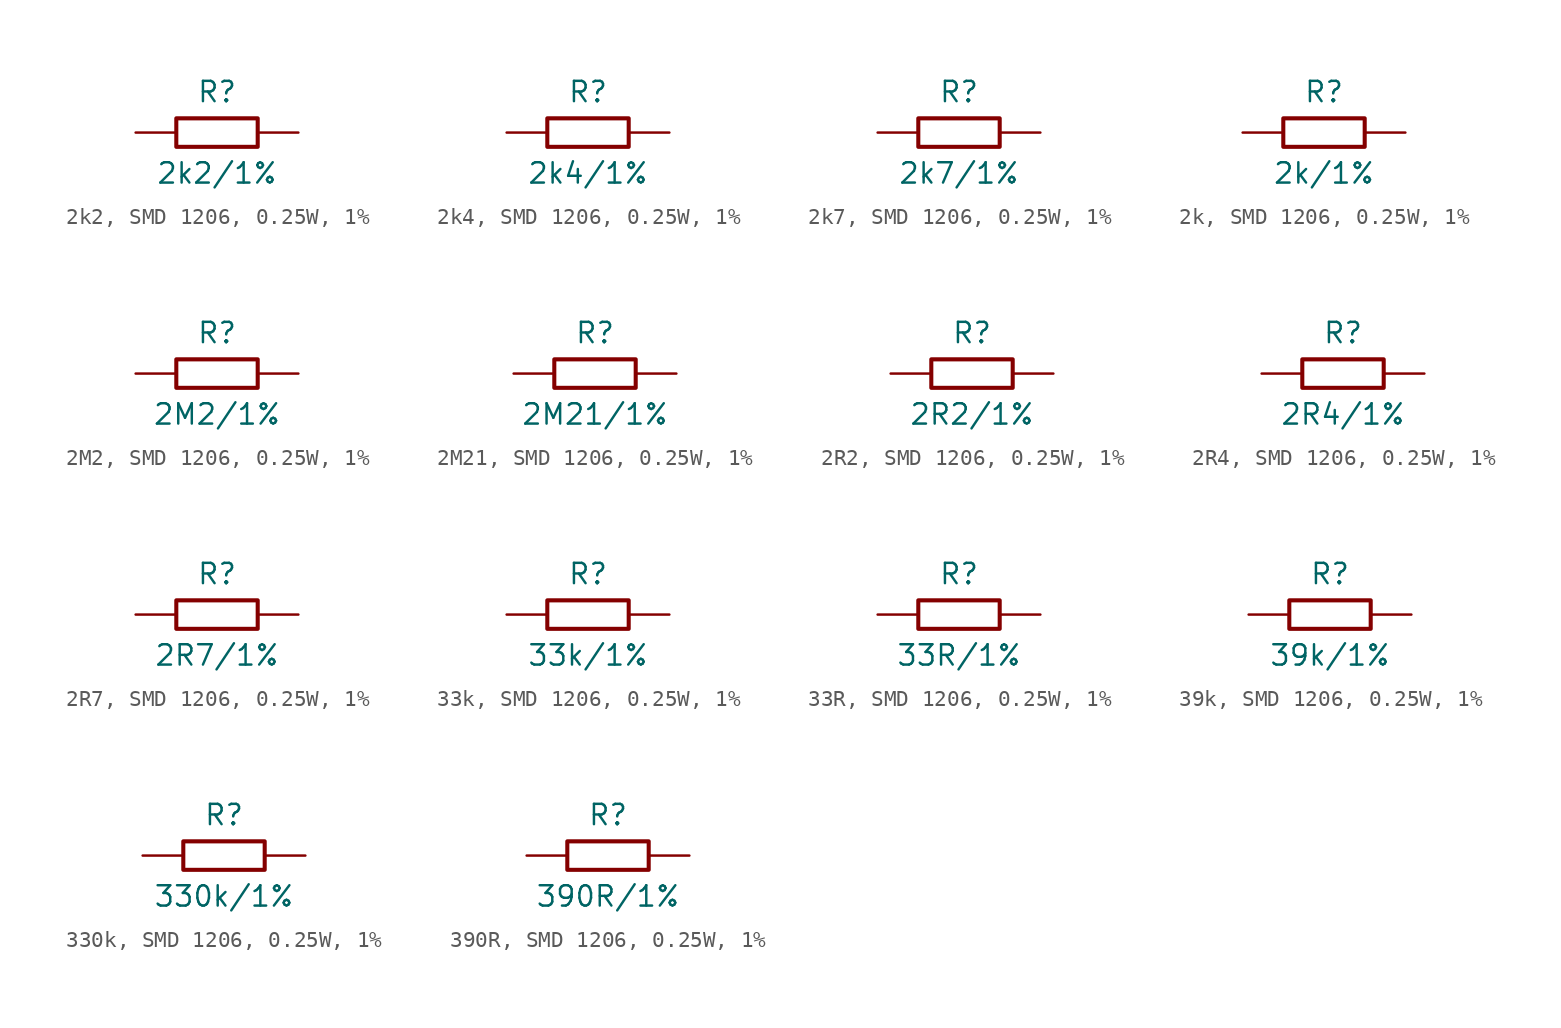
<source format=kicad_sym>
(kicad_symbol_lib
  (version 20220914)
  (generator kicad_symbol_editor)
  (symbol "2k2, SMD 1206, 0.25W, 1%"
    (pin_numbers hide)
    (pin_names
      (offset 0) hide)
    (property "Reference" "R"
      (at 0 2.54 0)
      (effects (font (size 1.27 1.27))))
    (property "Value" "2k2/1%"
      (at 0 -2.54 0)
      (effects (font (size 1.27 1.27))))
    (symbol "2k2, SMD 1206, 0.25W, 1%_0_1"
      (rectangle (start -2.54 0.889) (end 2.54 -0.889) (stroke (width 0.254) (type default)) (fill (type none))))
    (symbol "2k2, SMD 1206, 0.25W, 1%_1_1"
      (pin passive line (at -5.08 0 0) (length 2.54) (name "1" (effects (font (size 1.27 1.27)))) (number "1" (effects (font (size 1.27 1.27)))))
      (pin passive line (at 5.08 0 180) (length 2.54) (name "2" (effects (font (size 1.27 1.27)))) (number "2" (effects (font (size 1.27 1.27)))))))
  (symbol "2k4, SMD 1206, 0.25W, 1%"
    (pin_numbers hide)
    (pin_names
      (offset 0) hide)
    (property "Reference" "R"
      (at 0 2.54 0)
      (effects (font (size 1.27 1.27))))
    (property "Value" "2k4/1%"
      (at 0 -2.54 0)
      (effects (font (size 1.27 1.27))))
    (symbol "2k4, SMD 1206, 0.25W, 1%_0_1"
      (rectangle (start -2.54 0.889) (end 2.54 -0.889) (stroke (width 0.254) (type default)) (fill (type none))))
    (symbol "2k4, SMD 1206, 0.25W, 1%_1_1"
      (pin passive line (at -5.08 0 0) (length 2.54) (name "1" (effects (font (size 1.27 1.27)))) (number "1" (effects (font (size 1.27 1.27)))))
      (pin passive line (at 5.08 0 180) (length 2.54) (name "2" (effects (font (size 1.27 1.27)))) (number "2" (effects (font (size 1.27 1.27)))))))
  (symbol "2k7, SMD 1206, 0.25W, 1%"
    (pin_numbers hide)
    (pin_names
      (offset 0) hide)
    (property "Reference" "R"
      (at 0 2.54 0)
      (effects (font (size 1.27 1.27))))
    (property "Value" "2k7/1%"
      (at 0 -2.54 0)
      (effects (font (size 1.27 1.27))))
    (symbol "2k7, SMD 1206, 0.25W, 1%_0_1"
      (rectangle (start -2.54 0.889) (end 2.54 -0.889) (stroke (width 0.254) (type default)) (fill (type none))))
    (symbol "2k7, SMD 1206, 0.25W, 1%_1_1"
      (pin passive line (at -5.08 0 0) (length 2.54) (name "1" (effects (font (size 1.27 1.27)))) (number "1" (effects (font (size 1.27 1.27)))))
      (pin passive line (at 5.08 0 180) (length 2.54) (name "2" (effects (font (size 1.27 1.27)))) (number "2" (effects (font (size 1.27 1.27)))))))
  (symbol "2k, SMD 1206, 0.25W, 1%"
    (pin_numbers hide)
    (pin_names
      (offset 0) hide)
    (property "Reference" "R"
      (at 0 2.54 0)
      (effects (font (size 1.27 1.27))))
    (property "Value" "2k/1%"
      (at 0 -2.54 0)
      (effects (font (size 1.27 1.27))))
    (symbol "2k, SMD 1206, 0.25W, 1%_0_1"
      (rectangle (start -2.54 0.889) (end 2.54 -0.889) (stroke (width 0.254) (type default)) (fill (type none))))
    (symbol "2k, SMD 1206, 0.25W, 1%_1_1"
      (pin passive line (at -5.08 0 0) (length 2.54) (name "1" (effects (font (size 1.27 1.27)))) (number "1" (effects (font (size 1.27 1.27)))))
      (pin passive line (at 5.08 0 180) (length 2.54) (name "2" (effects (font (size 1.27 1.27)))) (number "2" (effects (font (size 1.27 1.27)))))))
  (symbol "2M2, SMD 1206, 0.25W, 1%"
    (pin_numbers hide)
    (pin_names
      (offset 0) hide)
    (property "Reference" "R"
      (at 0 2.54 0)
      (effects (font (size 1.27 1.27))))
    (property "Value" "2M2/1%"
      (at 0 -2.54 0)
      (effects (font (size 1.27 1.27))))
    (symbol "2M2, SMD 1206, 0.25W, 1%_0_1"
      (rectangle (start -2.54 0.889) (end 2.54 -0.889) (stroke (width 0.254) (type default)) (fill (type none))))
    (symbol "2M2, SMD 1206, 0.25W, 1%_1_1"
      (pin passive line (at -5.08 0 0) (length 2.54) (name "1" (effects (font (size 1.27 1.27)))) (number "1" (effects (font (size 1.27 1.27)))))
      (pin passive line (at 5.08 0 180) (length 2.54) (name "2" (effects (font (size 1.27 1.27)))) (number "2" (effects (font (size 1.27 1.27)))))))
  (symbol "2M21, SMD 1206, 0.25W, 1%"
    (pin_numbers hide)
    (pin_names
      (offset 0) hide)
    (property "Reference" "R"
      (at 0 2.54 0)
      (effects (font (size 1.27 1.27))))
    (property "Value" "2M21/1%"
      (at 0 -2.54 0)
      (effects (font (size 1.27 1.27))))
    (symbol "2M21, SMD 1206, 0.25W, 1%_0_1"
      (rectangle (start -2.54 0.889) (end 2.54 -0.889) (stroke (width 0.254) (type default)) (fill (type none))))
    (symbol "2M21, SMD 1206, 0.25W, 1%_1_1"
      (pin passive line (at -5.08 0 0) (length 2.54) (name "1" (effects (font (size 1.27 1.27)))) (number "1" (effects (font (size 1.27 1.27)))))
      (pin passive line (at 5.08 0 180) (length 2.54) (name "2" (effects (font (size 1.27 1.27)))) (number "2" (effects (font (size 1.27 1.27)))))))
  (symbol "2R2, SMD 1206, 0.25W, 1%"
    (pin_numbers hide)
    (pin_names
      (offset 0) hide)
    (property "Reference" "R"
      (at 0 2.54 0)
      (effects (font (size 1.27 1.27))))
    (property "Value" "2R2/1%"
      (at 0 -2.54 0)
      (effects (font (size 1.27 1.27))))
    (symbol "2R2, SMD 1206, 0.25W, 1%_0_1"
      (rectangle (start -2.54 0.889) (end 2.54 -0.889) (stroke (width 0.254) (type default)) (fill (type none))))
    (symbol "2R2, SMD 1206, 0.25W, 1%_1_1"
      (pin passive line (at -5.08 0 0) (length 2.54) (name "1" (effects (font (size 1.27 1.27)))) (number "1" (effects (font (size 1.27 1.27)))))
      (pin passive line (at 5.08 0 180) (length 2.54) (name "2" (effects (font (size 1.27 1.27)))) (number "2" (effects (font (size 1.27 1.27)))))))
  (symbol "2R4, SMD 1206, 0.25W, 1%"
    (pin_numbers hide)
    (pin_names
      (offset 0) hide)
    (property "Reference" "R"
      (at 0 2.54 0)
      (effects (font (size 1.27 1.27))))
    (property "Value" "2R4/1%"
      (at 0 -2.54 0)
      (effects (font (size 1.27 1.27))))
    (symbol "2R4, SMD 1206, 0.25W, 1%_0_1"
      (rectangle (start -2.54 0.889) (end 2.54 -0.889) (stroke (width 0.254) (type default)) (fill (type none))))
    (symbol "2R4, SMD 1206, 0.25W, 1%_1_1"
      (pin passive line (at -5.08 0 0) (length 2.54) (name "1" (effects (font (size 1.27 1.27)))) (number "1" (effects (font (size 1.27 1.27)))))
      (pin passive line (at 5.08 0 180) (length 2.54) (name "2" (effects (font (size 1.27 1.27)))) (number "2" (effects (font (size 1.27 1.27)))))))
  (symbol "2R7, SMD 1206, 0.25W, 1%"
    (pin_numbers hide)
    (pin_names
      (offset 0) hide)
    (property "Reference" "R"
      (at 0 2.54 0)
      (effects (font (size 1.27 1.27))))
    (property "Value" "2R7/1%"
      (at 0 -2.54 0)
      (effects (font (size 1.27 1.27))))
    (symbol "2R7, SMD 1206, 0.25W, 1%_0_1"
      (rectangle (start -2.54 0.889) (end 2.54 -0.889) (stroke (width 0.254) (type default)) (fill (type none))))
    (symbol "2R7, SMD 1206, 0.25W, 1%_1_1"
      (pin passive line (at -5.08 0 0) (length 2.54) (name "1" (effects (font (size 1.27 1.27)))) (number "1" (effects (font (size 1.27 1.27)))))
      (pin passive line (at 5.08 0 180) (length 2.54) (name "2" (effects (font (size 1.27 1.27)))) (number "2" (effects (font (size 1.27 1.27)))))))
  (symbol "33k, SMD 1206, 0.25W, 1%"
    (pin_numbers hide)
    (pin_names
      (offset 0) hide)
    (property "Reference" "R"
      (at 0 2.54 0)
      (effects (font (size 1.27 1.27))))
    (property "Value" "33k/1%"
      (at 0 -2.54 0)
      (effects (font (size 1.27 1.27))))
    (symbol "33k, SMD 1206, 0.25W, 1%_0_1"
      (rectangle (start -2.54 0.889) (end 2.54 -0.889) (stroke (width 0.254) (type default)) (fill (type none))))
    (symbol "33k, SMD 1206, 0.25W, 1%_1_1"
      (pin passive line (at -5.08 0 0) (length 2.54) (name "1" (effects (font (size 1.27 1.27)))) (number "1" (effects (font (size 1.27 1.27)))))
      (pin passive line (at 5.08 0 180) (length 2.54) (name "2" (effects (font (size 1.27 1.27)))) (number "2" (effects (font (size 1.27 1.27)))))))
  (symbol "33R, SMD 1206, 0.25W, 1%"
    (pin_numbers hide)
    (pin_names
      (offset 0) hide)
    (property "Reference" "R"
      (at 0 2.54 0)
      (effects (font (size 1.27 1.27))))
    (property "Value" "33R/1%"
      (at 0 -2.54 0)
      (effects (font (size 1.27 1.27))))
    (symbol "33R, SMD 1206, 0.25W, 1%_0_1"
      (rectangle (start -2.54 0.889) (end 2.54 -0.889) (stroke (width 0.254) (type default)) (fill (type none))))
    (symbol "33R, SMD 1206, 0.25W, 1%_1_1"
      (pin passive line (at -5.08 0 0) (length 2.54) (name "1" (effects (font (size 1.27 1.27)))) (number "1" (effects (font (size 1.27 1.27)))))
      (pin passive line (at 5.08 0 180) (length 2.54) (name "2" (effects (font (size 1.27 1.27)))) (number "2" (effects (font (size 1.27 1.27)))))))
  (symbol "39k, SMD 1206, 0.25W, 1%"
    (pin_numbers hide)
    (pin_names
      (offset 0) hide)
    (property "Reference" "R"
      (at 0 2.54 0)
      (effects (font (size 1.27 1.27))))
    (property "Value" "39k/1%"
      (at 0 -2.54 0)
      (effects (font (size 1.27 1.27))))
    (symbol "39k, SMD 1206, 0.25W, 1%_0_1"
      (rectangle (start -2.54 0.889) (end 2.54 -0.889) (stroke (width 0.254) (type default)) (fill (type none))))
    (symbol "39k, SMD 1206, 0.25W, 1%_1_1"
      (pin passive line (at -5.08 0 0) (length 2.54) (name "1" (effects (font (size 1.27 1.27)))) (number "1" (effects (font (size 1.27 1.27)))))
      (pin passive line (at 5.08 0 180) (length 2.54) (name "2" (effects (font (size 1.27 1.27)))) (number "2" (effects (font (size 1.27 1.27)))))))
  (symbol "330k, SMD 1206, 0.25W, 1%"
    (pin_numbers hide)
    (pin_names
      (offset 0) hide)
    (property "Reference" "R"
      (at 0 2.54 0)
      (effects (font (size 1.27 1.27))))
    (property "Value" "330k/1%"
      (at 0 -2.54 0)
      (effects (font (size 1.27 1.27))))
    (symbol "330k, SMD 1206, 0.25W, 1%_0_1"
      (rectangle (start -2.54 0.889) (end 2.54 -0.889) (stroke (width 0.254) (type default)) (fill (type none))))
    (symbol "330k, SMD 1206, 0.25W, 1%_1_1"
      (pin passive line (at -5.08 0 0) (length 2.54) (name "1" (effects (font (size 1.27 1.27)))) (number "1" (effects (font (size 1.27 1.27)))))
      (pin passive line (at 5.08 0 180) (length 2.54) (name "2" (effects (font (size 1.27 1.27)))) (number "2" (effects (font (size 1.27 1.27)))))))
  (symbol "390R, SMD 1206, 0.25W, 1%"
    (pin_numbers hide)
    (pin_names
      (offset 0) hide)
    (property "Reference" "R"
      (at 0 2.54 0)
      (effects (font (size 1.27 1.27))))
    (property "Value" "390R/1%"
      (at 0 -2.54 0)
      (effects (font (size 1.27 1.27))))
    (symbol "390R, SMD 1206, 0.25W, 1%_0_1"
      (rectangle (start -2.54 0.889) (end 2.54 -0.889) (stroke (width 0.254) (type default)) (fill (type none))))
    (symbol "390R, SMD 1206, 0.25W, 1%_1_1"
      (pin passive line (at -5.08 0 0) (length 2.54) (name "1" (effects (font (size 1.27 1.27)))) (number "1" (effects (font (size 1.27 1.27)))))
      (pin passive line (at 5.08 0 180) (length 2.54) (name "2" (effects (font (size 1.27 1.27)))) (number "2" (effects (font (size 1.27 1.27))))))))
</source>
